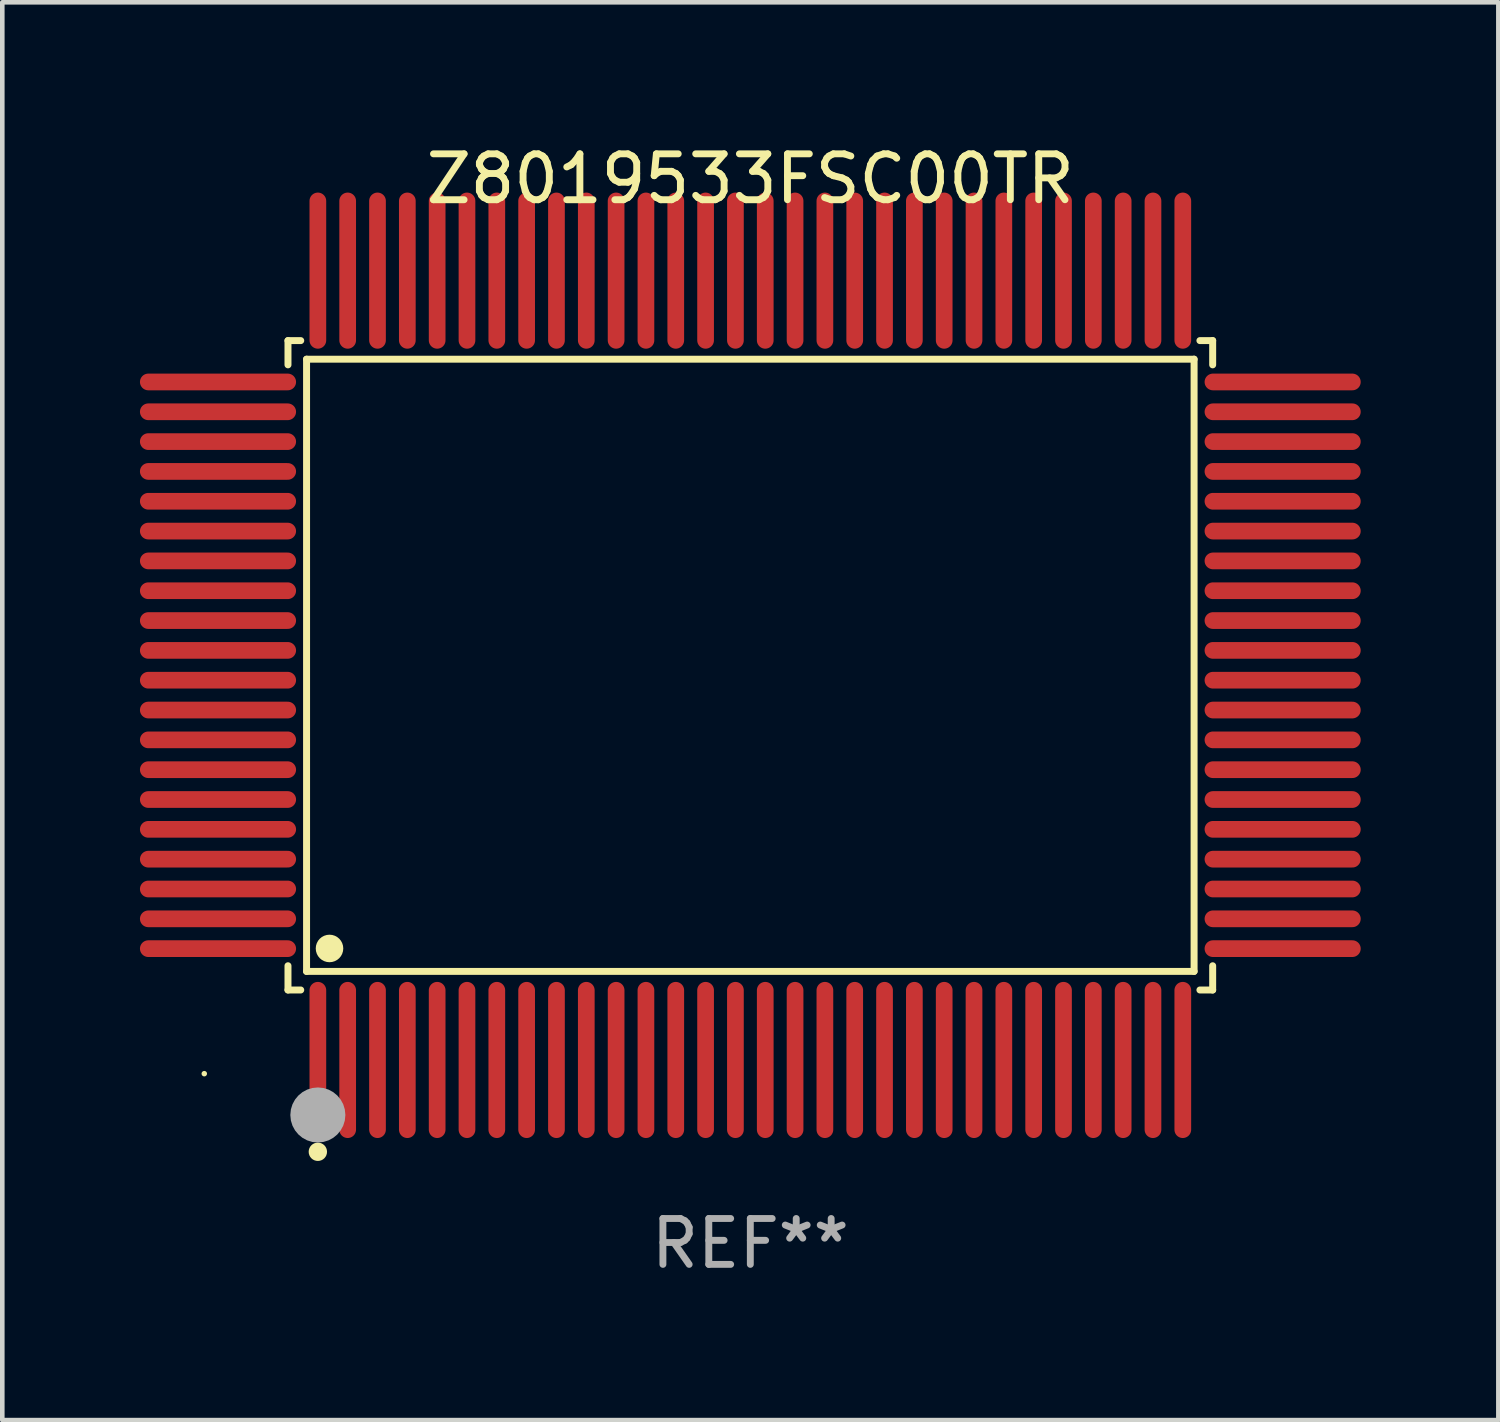
<source format=kicad_pcb>
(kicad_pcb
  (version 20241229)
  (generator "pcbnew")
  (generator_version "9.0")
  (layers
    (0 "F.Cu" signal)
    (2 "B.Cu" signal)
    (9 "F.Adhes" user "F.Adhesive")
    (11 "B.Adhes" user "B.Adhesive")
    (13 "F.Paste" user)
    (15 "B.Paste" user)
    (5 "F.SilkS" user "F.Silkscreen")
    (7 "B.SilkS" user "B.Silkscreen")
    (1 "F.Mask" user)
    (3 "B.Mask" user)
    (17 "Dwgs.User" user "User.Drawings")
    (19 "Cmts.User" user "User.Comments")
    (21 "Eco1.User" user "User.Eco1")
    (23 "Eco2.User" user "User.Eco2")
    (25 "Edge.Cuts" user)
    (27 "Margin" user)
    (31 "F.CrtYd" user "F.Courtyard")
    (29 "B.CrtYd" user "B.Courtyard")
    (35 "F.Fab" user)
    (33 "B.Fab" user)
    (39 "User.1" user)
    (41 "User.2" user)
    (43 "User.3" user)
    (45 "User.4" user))
  (footprint "Z8019533FSC00TR"
    (layer "F.Cu")
    (at 13.302 11.449)
    (property "Reference" "Z8019533FSC00TR" (at 0 -10.601 0) (layer "F.SilkS") (effects (font (size 1 1) (thickness 0.15))))
    (attr through_hole)
    (fp_line (start -10.076 -7.076) (end -9.798 -7.076) (stroke (width 0.152) (type solid)) (layer "F.SilkS"))
    (fp_line (start -10.076 -6.548) (end -10.076 -7.076) (stroke (width 0.152) (type solid)) (layer "F.SilkS"))
    (fp_line (start -10.076 6.548) (end -10.076 7.076) (stroke (width 0.152) (type solid)) (layer "F.SilkS"))
    (fp_line (start -10.076 7.076) (end -9.798 7.076) (stroke (width 0.152) (type solid)) (layer "F.SilkS"))
    (fp_line (start -9.671 -6.671) (end 9.671 -6.671) (stroke (width 0.152) (type solid)) (layer "F.SilkS"))
    (fp_line (start -9.671 6.671) (end -9.671 -6.671) (stroke (width 0.152) (type solid)) (layer "F.SilkS"))
    (fp_line (start 9.671 -6.671) (end 9.671 6.671) (stroke (width 0.152) (type solid)) (layer "F.SilkS"))
    (fp_line (start 9.671 6.671) (end -9.671 6.671) (stroke (width 0.152) (type solid)) (layer "F.SilkS"))
    (fp_line (start 10.076 -7.076) (end 9.798 -7.076) (stroke (width 0.152) (type solid)) (layer "F.SilkS"))
    (fp_line (start 10.076 -6.548) (end 10.076 -7.076) (stroke (width 0.152) (type solid)) (layer "F.SilkS"))
    (fp_line (start 10.076 6.548) (end 10.076 7.076) (stroke (width 0.152) (type solid)) (layer "F.SilkS"))
    (fp_line (start 10.076 7.076) (end 9.798 7.076) (stroke (width 0.152) (type solid)) (layer "F.SilkS"))
    (fp_circle (center -11.9 8.9) (end -11.87 8.9) (stroke (width 0.06) (type solid)) (fill no) (layer "F.SilkS"))
    (fp_circle (center -9.425 10.602) (end -9.325 10.602) (stroke (width 0.2) (type solid)) (fill no) (layer "F.SilkS"))
    (fp_circle (center -9.171 6.171) (end -9.021 6.171) (stroke (width 0.3) (type solid)) (fill no) (layer "F.SilkS"))
    (fp_circle (center -9.425 9.8) (end -9.125 9.8) (stroke (width 0.6) (type solid)) (fill no) (layer "F.Fab"))
    (fp_text user "REF**" (at 0 12.601 0) (layer "F.Fab") (effects (font (size 1 1) (thickness 0.15))))
    (pad "1" smd oval (at -9.425 8.601) (size 0.364 3.402) (layers "F.Cu" "F.Mask" "F.Paste"))
    (pad "2" smd oval (at -8.775 8.601) (size 0.364 3.402) (layers "F.Cu" "F.Mask" "F.Paste"))
    (pad "3" smd oval (at -8.125 8.601) (size 0.364 3.402) (layers "F.Cu" "F.Mask" "F.Paste"))
    (pad "4" smd oval (at -7.475 8.601) (size 0.364 3.402) (layers "F.Cu" "F.Mask" "F.Paste"))
    (pad "5" smd oval (at -6.825 8.601) (size 0.364 3.402) (layers "F.Cu" "F.Mask" "F.Paste"))
    (pad "6" smd oval (at -6.175 8.601) (size 0.364 3.402) (layers "F.Cu" "F.Mask" "F.Paste"))
    (pad "7" smd oval (at -5.525 8.601) (size 0.364 3.402) (layers "F.Cu" "F.Mask" "F.Paste"))
    (pad "8" smd oval (at -4.875 8.601) (size 0.364 3.402) (layers "F.Cu" "F.Mask" "F.Paste"))
    (pad "9" smd oval (at -4.225 8.601) (size 0.364 3.402) (layers "F.Cu" "F.Mask" "F.Paste"))
    (pad "10" smd oval (at -3.575 8.601) (size 0.364 3.402) (layers "F.Cu" "F.Mask" "F.Paste"))
    (pad "11" smd oval (at -2.925 8.601) (size 0.364 3.402) (layers "F.Cu" "F.Mask" "F.Paste"))
    (pad "12" smd oval (at -2.275 8.601) (size 0.364 3.402) (layers "F.Cu" "F.Mask" "F.Paste"))
    (pad "13" smd oval (at -1.625 8.601) (size 0.364 3.402) (layers "F.Cu" "F.Mask" "F.Paste"))
    (pad "14" smd oval (at -0.975 8.601) (size 0.364 3.402) (layers "F.Cu" "F.Mask" "F.Paste"))
    (pad "15" smd oval (at -0.325 8.601) (size 0.364 3.402) (layers "F.Cu" "F.Mask" "F.Paste"))
    (pad "16" smd oval (at 0.325 8.601) (size 0.364 3.402) (layers "F.Cu" "F.Mask" "F.Paste"))
    (pad "17" smd oval (at 0.975 8.601) (size 0.364 3.402) (layers "F.Cu" "F.Mask" "F.Paste"))
    (pad "18" smd oval (at 1.625 8.601) (size 0.364 3.402) (layers "F.Cu" "F.Mask" "F.Paste"))
    (pad "19" smd oval (at 2.275 8.601) (size 0.364 3.402) (layers "F.Cu" "F.Mask" "F.Paste"))
    (pad "20" smd oval (at 2.925 8.601) (size 0.364 3.402) (layers "F.Cu" "F.Mask" "F.Paste"))
    (pad "21" smd oval (at 3.575 8.601) (size 0.364 3.402) (layers "F.Cu" "F.Mask" "F.Paste"))
    (pad "22" smd oval (at 4.225 8.601) (size 0.364 3.402) (layers "F.Cu" "F.Mask" "F.Paste"))
    (pad "23" smd oval (at 4.875 8.601) (size 0.364 3.402) (layers "F.Cu" "F.Mask" "F.Paste"))
    (pad "24" smd oval (at 5.525 8.601) (size 0.364 3.402) (layers "F.Cu" "F.Mask" "F.Paste"))
    (pad "25" smd oval (at 6.175 8.601) (size 0.364 3.402) (layers "F.Cu" "F.Mask" "F.Paste"))
    (pad "26" smd oval (at 6.825 8.601) (size 0.364 3.402) (layers "F.Cu" "F.Mask" "F.Paste"))
    (pad "27" smd oval (at 7.475 8.601) (size 0.364 3.402) (layers "F.Cu" "F.Mask" "F.Paste"))
    (pad "28" smd oval (at 8.125 8.601) (size 0.364 3.402) (layers "F.Cu" "F.Mask" "F.Paste"))
    (pad "29" smd oval (at 8.775 8.601) (size 0.364 3.402) (layers "F.Cu" "F.Mask" "F.Paste"))
    (pad "30" smd oval (at 9.425 8.601) (size 0.364 3.402) (layers "F.Cu" "F.Mask" "F.Paste"))
    (pad "31" smd oval (at 11.601 6.175) (size 3.402 0.364) (layers "F.Cu" "F.Mask" "F.Paste"))
    (pad "32" smd oval (at 11.601 5.525) (size 3.402 0.364) (layers "F.Cu" "F.Mask" "F.Paste"))
    (pad "33" smd oval (at 11.601 4.875) (size 3.402 0.364) (layers "F.Cu" "F.Mask" "F.Paste"))
    (pad "34" smd oval (at 11.601 4.225) (size 3.402 0.364) (layers "F.Cu" "F.Mask" "F.Paste"))
    (pad "35" smd oval (at 11.601 3.575) (size 3.402 0.364) (layers "F.Cu" "F.Mask" "F.Paste"))
    (pad "36" smd oval (at 11.601 2.925) (size 3.402 0.364) (layers "F.Cu" "F.Mask" "F.Paste"))
    (pad "37" smd oval (at 11.601 2.275) (size 3.402 0.364) (layers "F.Cu" "F.Mask" "F.Paste"))
    (pad "38" smd oval (at 11.601 1.625) (size 3.402 0.364) (layers "F.Cu" "F.Mask" "F.Paste"))
    (pad "39" smd oval (at 11.601 0.975) (size 3.402 0.364) (layers "F.Cu" "F.Mask" "F.Paste"))
    (pad "40" smd oval (at 11.601 0.325) (size 3.402 0.364) (layers "F.Cu" "F.Mask" "F.Paste"))
    (pad "41" smd oval (at 11.601 -0.325) (size 3.402 0.364) (layers "F.Cu" "F.Mask" "F.Paste"))
    (pad "42" smd oval (at 11.601 -0.975) (size 3.402 0.364) (layers "F.Cu" "F.Mask" "F.Paste"))
    (pad "43" smd oval (at 11.601 -1.625) (size 3.402 0.364) (layers "F.Cu" "F.Mask" "F.Paste"))
    (pad "44" smd oval (at 11.601 -2.275) (size 3.402 0.364) (layers "F.Cu" "F.Mask" "F.Paste"))
    (pad "45" smd oval (at 11.601 -2.925) (size 3.402 0.364) (layers "F.Cu" "F.Mask" "F.Paste"))
    (pad "46" smd oval (at 11.601 -3.575) (size 3.402 0.364) (layers "F.Cu" "F.Mask" "F.Paste"))
    (pad "47" smd oval (at 11.601 -4.225) (size 3.402 0.364) (layers "F.Cu" "F.Mask" "F.Paste"))
    (pad "48" smd oval (at 11.601 -4.875) (size 3.402 0.364) (layers "F.Cu" "F.Mask" "F.Paste"))
    (pad "49" smd oval (at 11.601 -5.525) (size 3.402 0.364) (layers "F.Cu" "F.Mask" "F.Paste"))
    (pad "50" smd oval (at 11.601 -6.175) (size 3.402 0.364) (layers "F.Cu" "F.Mask" "F.Paste"))
    (pad "51" smd oval (at 9.425 -8.601) (size 0.364 3.402) (layers "F.Cu" "F.Mask" "F.Paste"))
    (pad "52" smd oval (at 8.775 -8.601) (size 0.364 3.402) (layers "F.Cu" "F.Mask" "F.Paste"))
    (pad "53" smd oval (at 8.125 -8.601) (size 0.364 3.402) (layers "F.Cu" "F.Mask" "F.Paste"))
    (pad "54" smd oval (at 7.475 -8.601) (size 0.364 3.402) (layers "F.Cu" "F.Mask" "F.Paste"))
    (pad "55" smd oval (at 6.825 -8.601) (size 0.364 3.402) (layers "F.Cu" "F.Mask" "F.Paste"))
    (pad "56" smd oval (at 6.175 -8.601) (size 0.364 3.402) (layers "F.Cu" "F.Mask" "F.Paste"))
    (pad "57" smd oval (at 5.525 -8.601) (size 0.364 3.402) (layers "F.Cu" "F.Mask" "F.Paste"))
    (pad "58" smd oval (at 4.875 -8.601) (size 0.364 3.402) (layers "F.Cu" "F.Mask" "F.Paste"))
    (pad "59" smd oval (at 4.225 -8.601) (size 0.364 3.402) (layers "F.Cu" "F.Mask" "F.Paste"))
    (pad "60" smd oval (at 3.575 -8.601) (size 0.364 3.402) (layers "F.Cu" "F.Mask" "F.Paste"))
    (pad "61" smd oval (at 2.925 -8.601) (size 0.364 3.402) (layers "F.Cu" "F.Mask" "F.Paste"))
    (pad "62" smd oval (at 2.275 -8.601) (size 0.364 3.402) (layers "F.Cu" "F.Mask" "F.Paste"))
    (pad "63" smd oval (at 1.625 -8.601) (size 0.364 3.402) (layers "F.Cu" "F.Mask" "F.Paste"))
    (pad "64" smd oval (at 0.975 -8.601) (size 0.364 3.402) (layers "F.Cu" "F.Mask" "F.Paste"))
    (pad "65" smd oval (at 0.325 -8.601) (size 0.364 3.402) (layers "F.Cu" "F.Mask" "F.Paste"))
    (pad "66" smd oval (at -0.325 -8.601) (size 0.364 3.402) (layers "F.Cu" "F.Mask" "F.Paste"))
    (pad "67" smd oval (at -0.975 -8.601) (size 0.364 3.402) (layers "F.Cu" "F.Mask" "F.Paste"))
    (pad "68" smd oval (at -1.625 -8.601) (size 0.364 3.402) (layers "F.Cu" "F.Mask" "F.Paste"))
    (pad "69" smd oval (at -2.275 -8.601) (size 0.364 3.402) (layers "F.Cu" "F.Mask" "F.Paste"))
    (pad "70" smd oval (at -2.925 -8.601) (size 0.364 3.402) (layers "F.Cu" "F.Mask" "F.Paste"))
    (pad "71" smd oval (at -3.575 -8.601) (size 0.364 3.402) (layers "F.Cu" "F.Mask" "F.Paste"))
    (pad "72" smd oval (at -4.225 -8.601) (size 0.364 3.402) (layers "F.Cu" "F.Mask" "F.Paste"))
    (pad "73" smd oval (at -4.875 -8.601) (size 0.364 3.402) (layers "F.Cu" "F.Mask" "F.Paste"))
    (pad "74" smd oval (at -5.525 -8.601) (size 0.364 3.402) (layers "F.Cu" "F.Mask" "F.Paste"))
    (pad "75" smd oval (at -6.175 -8.601) (size 0.364 3.402) (layers "F.Cu" "F.Mask" "F.Paste"))
    (pad "76" smd oval (at -6.825 -8.601) (size 0.364 3.402) (layers "F.Cu" "F.Mask" "F.Paste"))
    (pad "77" smd oval (at -7.475 -8.601) (size 0.364 3.402) (layers "F.Cu" "F.Mask" "F.Paste"))
    (pad "78" smd oval (at -8.125 -8.601) (size 0.364 3.402) (layers "F.Cu" "F.Mask" "F.Paste"))
    (pad "79" smd oval (at -8.775 -8.601) (size 0.364 3.402) (layers "F.Cu" "F.Mask" "F.Paste"))
    (pad "80" smd oval (at -9.425 -8.601) (size 0.364 3.402) (layers "F.Cu" "F.Mask" "F.Paste"))
    (pad "81" smd oval (at -11.601 -6.175) (size 3.402 0.364) (layers "F.Cu" "F.Mask" "F.Paste"))
    (pad "82" smd oval (at -11.601 -5.525) (size 3.402 0.364) (layers "F.Cu" "F.Mask" "F.Paste"))
    (pad "83" smd oval (at -11.601 -4.875) (size 3.402 0.364) (layers "F.Cu" "F.Mask" "F.Paste"))
    (pad "84" smd oval (at -11.601 -4.225) (size 3.402 0.364) (layers "F.Cu" "F.Mask" "F.Paste"))
    (pad "85" smd oval (at -11.601 -3.575) (size 3.402 0.364) (layers "F.Cu" "F.Mask" "F.Paste"))
    (pad "86" smd oval (at -11.601 -2.925) (size 3.402 0.364) (layers "F.Cu" "F.Mask" "F.Paste"))
    (pad "87" smd oval (at -11.601 -2.275) (size 3.402 0.364) (layers "F.Cu" "F.Mask" "F.Paste"))
    (pad "88" smd oval (at -11.601 -1.625) (size 3.402 0.364) (layers "F.Cu" "F.Mask" "F.Paste"))
    (pad "89" smd oval (at -11.601 -0.975) (size 3.402 0.364) (layers "F.Cu" "F.Mask" "F.Paste"))
    (pad "90" smd oval (at -11.601 -0.325) (size 3.402 0.364) (layers "F.Cu" "F.Mask" "F.Paste"))
    (pad "91" smd oval (at -11.601 0.325) (size 3.402 0.364) (layers "F.Cu" "F.Mask" "F.Paste"))
    (pad "92" smd oval (at -11.601 0.975) (size 3.402 0.364) (layers "F.Cu" "F.Mask" "F.Paste"))
    (pad "93" smd oval (at -11.601 1.625) (size 3.402 0.364) (layers "F.Cu" "F.Mask" "F.Paste"))
    (pad "94" smd oval (at -11.601 2.275) (size 3.402 0.364) (layers "F.Cu" "F.Mask" "F.Paste"))
    (pad "95" smd oval (at -11.601 2.925) (size 3.402 0.364) (layers "F.Cu" "F.Mask" "F.Paste"))
    (pad "96" smd oval (at -11.601 3.575) (size 3.402 0.364) (layers "F.Cu" "F.Mask" "F.Paste"))
    (pad "97" smd oval (at -11.601 4.225) (size 3.402 0.364) (layers "F.Cu" "F.Mask" "F.Paste"))
    (pad "98" smd oval (at -11.601 4.875) (size 3.402 0.364) (layers "F.Cu" "F.Mask" "F.Paste"))
    (pad "99" smd oval (at -11.601 5.525) (size 3.402 0.364) (layers "F.Cu" "F.Mask" "F.Paste"))
    (pad "100" smd oval (at -11.601 6.175) (size 3.402 0.364) (layers "F.Cu" "F.Mask" "F.Paste")))
  (gr_rect
    (start -3 -3)
    (end 29.604 27.898)
    (stroke (width 0.1) (type default))
    (fill no)
    (layer "Edge.Cuts")))
</source>
